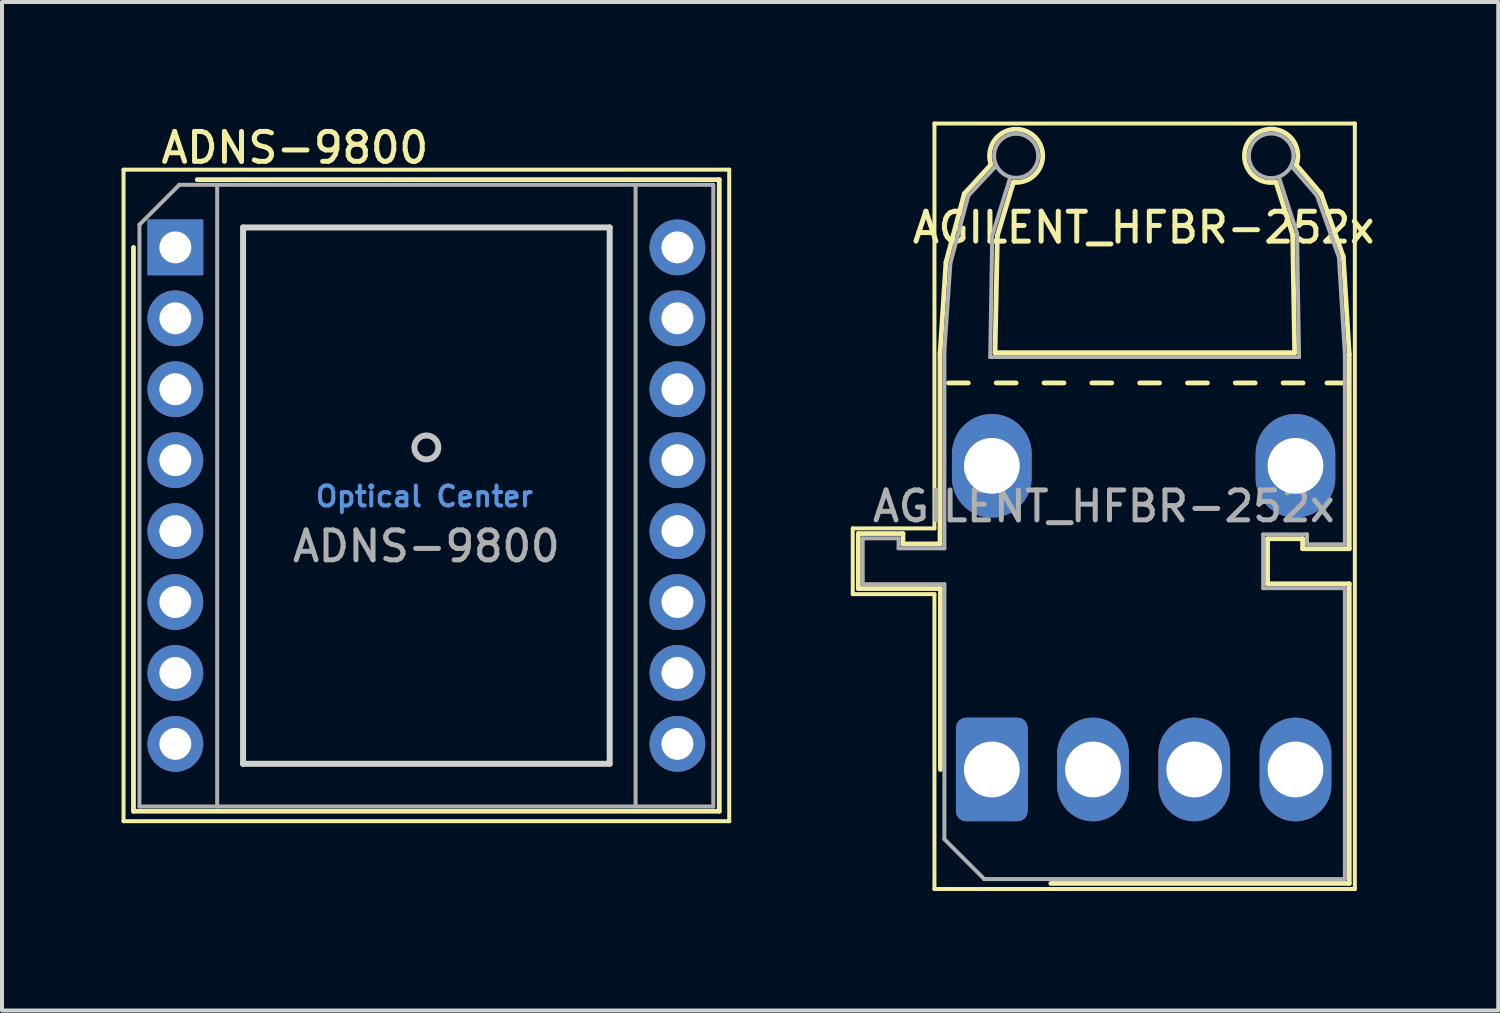
<source format=kicad_pcb>
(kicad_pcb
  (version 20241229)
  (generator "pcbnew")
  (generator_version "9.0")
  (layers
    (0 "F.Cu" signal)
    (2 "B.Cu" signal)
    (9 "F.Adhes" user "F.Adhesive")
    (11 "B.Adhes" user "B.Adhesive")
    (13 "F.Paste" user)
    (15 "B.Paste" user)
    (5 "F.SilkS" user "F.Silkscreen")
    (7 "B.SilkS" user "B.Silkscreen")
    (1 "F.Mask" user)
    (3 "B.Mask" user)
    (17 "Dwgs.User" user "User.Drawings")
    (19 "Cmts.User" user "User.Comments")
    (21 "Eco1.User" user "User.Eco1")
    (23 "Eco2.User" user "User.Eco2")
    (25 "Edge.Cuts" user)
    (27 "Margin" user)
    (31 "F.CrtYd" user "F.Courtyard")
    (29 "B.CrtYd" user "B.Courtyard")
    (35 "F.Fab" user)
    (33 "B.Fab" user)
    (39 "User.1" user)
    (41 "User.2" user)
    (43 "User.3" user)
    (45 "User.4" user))
  (footprint "ADNS-9800"
    (layer "F.Cu")
    (at 1.35 3.158)
    (property "Reference" "ADNS-9800" (at 3 -2.5 180) (layer "F.SilkS") (effects (font (size 0.75 0.75) (thickness 0.125))))
    (attr through_hole)
    (fp_line (start -1.3 -1.95) (end 13.9 -1.95) (stroke (width 0.1) (type solid)) (layer "F.SilkS"))
    (fp_line (start -1.3 14.4) (end -1.3 -1.95) (stroke (width 0.1) (type solid)) (layer "F.SilkS"))
    (fp_line (start -1.05 14.15) (end -1.05 0) (stroke (width 0.12) (type solid)) (layer "F.SilkS"))
    (fp_line (start 0.55 -1.7) (end 13.65 -1.7) (stroke (width 0.12) (type solid)) (layer "F.SilkS"))
    (fp_line (start 13.65 -1.7) (end 13.65 14.15) (stroke (width 0.12) (type solid)) (layer "F.SilkS"))
    (fp_line (start 13.65 14.15) (end -1.05 14.15) (stroke (width 0.12) (type solid)) (layer "F.SilkS"))
    (fp_line (start 13.9 -1.95) (end 13.9 14.4) (stroke (width 0.1) (type solid)) (layer "F.SilkS"))
    (fp_line (start 13.9 14.4) (end -1.3 14.4) (stroke (width 0.1) (type solid)) (layer "F.SilkS"))
    (fp_circle (center 6.3 5.02) (end 6 5) (stroke (width 0.15) (type solid)) (fill no) (layer "Dwgs.User"))
    (fp_line (start 1.7 -0.5) (end 10.9 -0.5) (stroke (width 0.15) (type solid)) (layer "Edge.Cuts"))
    (fp_line (start 1.7 12.96) (end 1.7 -0.5) (stroke (width 0.15) (type solid)) (layer "Edge.Cuts"))
    (fp_line (start 10.9 -0.5) (end 10.9 12.96) (stroke (width 0.15) (type solid)) (layer "Edge.Cuts"))
    (fp_line (start 10.9 12.96) (end 1.7 12.96) (stroke (width 0.15) (type solid)) (layer "Edge.Cuts"))
    (fp_line (start -0.9 14.03) (end -0.9 -0.57) (stroke (width 0.1) (type solid)) (layer "F.Fab"))
    (fp_line (start 0.1 -1.57) (end -0.9 -0.57) (stroke (width 0.1) (type solid)) (layer "F.Fab"))
    (fp_line (start 0.1 -1.57) (end 13.5 -1.57) (stroke (width 0.1) (type solid)) (layer "F.Fab"))
    (fp_line (start 1.05 -1.57) (end 1.05 14.03) (stroke (width 0.1) (type solid)) (layer "F.Fab"))
    (fp_line (start 11.55 -1.57) (end 11.55 14.03) (stroke (width 0.1) (type solid)) (layer "F.Fab"))
    (fp_line (start 13.5 -1.57) (end 13.5 14.03) (stroke (width 0.1) (type solid)) (layer "F.Fab"))
    (fp_line (start 13.5 14.03) (end -0.9 14.03) (stroke (width 0.1) (type solid)) (layer "F.Fab"))
    (fp_text user "Optical Center" (at 6.25 6.25 180) (layer "Cmts.User") (effects (font (size 0.5 0.5) (thickness 0.1))))
    (fp_text user "${REFERENCE}" (at 6.3 7.5 0) (layer "F.Fab") (effects (font (size 0.75 0.75) (thickness 0.125))))
    (pad "1" thru_hole rect (at 0 0) (size 1.4 1.4) (drill 0.8) (layers "*.Cu" "*.Mask"))
    (pad "2" thru_hole circle (at 0 1.78) (size 1.4 1.4) (drill 0.8) (layers "*.Cu" "*.Mask"))
    (pad "3" thru_hole circle (at 0 3.56) (size 1.4 1.4) (drill 0.8) (layers "*.Cu" "*.Mask"))
    (pad "4" thru_hole circle (at 0 5.34) (size 1.4 1.4) (drill 0.8) (layers "*.Cu" "*.Mask"))
    (pad "5" thru_hole circle (at 0 7.12) (size 1.4 1.4) (drill 0.8) (layers "*.Cu" "*.Mask"))
    (pad "6" thru_hole circle (at 0 8.9) (size 1.4 1.4) (drill 0.8) (layers "*.Cu" "*.Mask"))
    (pad "7" thru_hole circle (at 0 10.68) (size 1.4 1.4) (drill 0.8) (layers "*.Cu" "*.Mask"))
    (pad "8" thru_hole circle (at 0 12.46) (size 1.4 1.4) (drill 0.8) (layers "*.Cu" "*.Mask"))
    (pad "9" thru_hole circle (at 12.6 12.46) (size 1.4 1.4) (drill 0.8) (layers "*.Cu" "*.Mask"))
    (pad "10" thru_hole circle (at 12.6 10.68) (size 1.4 1.4) (drill 0.8) (layers "*.Cu" "*.Mask"))
    (pad "11" thru_hole circle (at 12.6 8.9) (size 1.4 1.4) (drill 0.8) (layers "*.Cu" "*.Mask"))
    (pad "12" thru_hole circle (at 12.6 7.12) (size 1.4 1.4) (drill 0.8) (layers "*.Cu" "*.Mask"))
    (pad "13" thru_hole circle (at 12.6 5.34) (size 1.4 1.4) (drill 0.8) (layers "*.Cu" "*.Mask"))
    (pad "14" thru_hole circle (at 12.6 3.56) (size 1.4 1.4) (drill 0.8) (layers "*.Cu" "*.Mask"))
    (pad "15" thru_hole circle (at 12.6 1.78) (size 1.4 1.4) (drill 0.8) (layers "*.Cu" "*.Mask"))
    (pad "16" thru_hole circle (at 12.6 0) (size 1.4 1.4) (drill 0.8) (layers "*.Cu" "*.Mask")))
  (footprint "AGILENT_HFBR-252x"
    (layer "F.Cu")
    (at 21.84 16.26)
    (property "Reference" "AGILENT_HFBR-252x" (at 3.81 -13.6 0) (layer "F.SilkS") (effects (font (size 0.75 0.75) (thickness 0.125))))
    (attr through_hole)
    (fp_line (start -3.49 -6.05) (end -3.49 -4.4) (stroke (width 0.1) (type solid)) (layer "F.SilkS"))
    (fp_line (start -3.49 -4.4) (end -1.44 -4.4) (stroke (width 0.1) (type solid)) (layer "F.SilkS"))
    (fp_line (start -3.35 -5.92) (end -2.23 -5.92) (stroke (width 0.12) (type solid)) (layer "F.SilkS"))
    (fp_line (start -3.35 -4.54) (end -3.35 -5.92) (stroke (width 0.12) (type solid)) (layer "F.SilkS"))
    (fp_line (start -2.23 -5.66) (end -2.23 -5.92) (stroke (width 0.12) (type solid)) (layer "F.SilkS"))
    (fp_line (start -2.23 -5.66) (end -1.3 -5.66) (stroke (width 0.12) (type solid)) (layer "F.SilkS"))
    (fp_line (start -1.44 -16.21) (end -1.44 -6.05) (stroke (width 0.1) (type solid)) (layer "F.SilkS"))
    (fp_line (start -1.44 -16.21) (end 9.11 -16.21) (stroke (width 0.1) (type solid)) (layer "F.SilkS"))
    (fp_line (start -1.44 -6.05) (end -3.49 -6.05) (stroke (width 0.1) (type solid)) (layer "F.SilkS"))
    (fp_line (start -1.44 -4.4) (end -1.44 3) (stroke (width 0.1) (type solid)) (layer "F.SilkS"))
    (fp_line (start -1.3 -10.43) (end -1.15 -12.74) (stroke (width 0.12) (type solid)) (layer "F.SilkS"))
    (fp_line (start -1.3 -5.66) (end -1.3 -10.43) (stroke (width 0.12) (type solid)) (layer "F.SilkS"))
    (fp_line (start -1.29 -4.54) (end -3.35 -4.54) (stroke (width 0.12) (type solid)) (layer "F.SilkS"))
    (fp_line (start -1.29 -4.54) (end -1.29 0.000043) (stroke (width 0.12) (type solid)) (layer "F.SilkS"))
    (fp_line (start -1.15 -12.73) (end -0.69 -14.45) (stroke (width 0.12) (type solid)) (layer "F.SilkS"))
    (fp_line (start -0.69 -14.45) (end -0.02 -15.18) (stroke (width 0.12) (type solid)) (layer "F.SilkS"))
    (fp_line (start -0.59 -9.7) (end -1.09 -9.7) (stroke (width 0.12) (type solid)) (layer "F.SilkS"))
    (fp_line (start 0.08 -10.46) (end 0.14 -13.4) (stroke (width 0.12) (type solid)) (layer "F.SilkS"))
    (fp_line (start 0.14 -13.4) (end 0.54 -14.73) (stroke (width 0.12) (type solid)) (layer "F.SilkS"))
    (fp_line (start 0.61 -9.7) (end 0.11 -9.7) (stroke (width 0.12) (type solid)) (layer "F.SilkS"))
    (fp_line (start 1.48 2.86) (end 8.97 2.86) (stroke (width 0.12) (type solid)) (layer "F.SilkS"))
    (fp_line (start 1.81 -9.7) (end 1.31 -9.7) (stroke (width 0.12) (type solid)) (layer "F.SilkS"))
    (fp_line (start 3.01 -9.7) (end 2.51 -9.7) (stroke (width 0.12) (type solid)) (layer "F.SilkS"))
    (fp_line (start 4.21 -9.7) (end 3.71 -9.7) (stroke (width 0.12) (type solid)) (layer "F.SilkS"))
    (fp_line (start 5.41 -9.7) (end 4.91 -9.7) (stroke (width 0.12) (type solid)) (layer "F.SilkS"))
    (fp_line (start 6.61 -9.7) (end 6.11 -9.7) (stroke (width 0.12) (type solid)) (layer "F.SilkS"))
    (fp_line (start 6.92 -5.79) (end 7.8 -5.79) (stroke (width 0.12) (type solid)) (layer "F.SilkS"))
    (fp_line (start 6.92 -4.66) (end 6.92 -5.79) (stroke (width 0.12) (type solid)) (layer "F.SilkS"))
    (fp_line (start 7.55 -13.42) (end 7.13 -14.74) (stroke (width 0.12) (type solid)) (layer "F.SilkS"))
    (fp_line (start 7.6 -10.46) (end 0.08 -10.46) (stroke (width 0.12) (type solid)) (layer "F.SilkS"))
    (fp_line (start 7.6 -10.46) (end 7.55 -13.42) (stroke (width 0.12) (type solid)) (layer "F.SilkS"))
    (fp_line (start 7.8 -5.54) (end 7.8 -5.79) (stroke (width 0.12) (type solid)) (layer "F.SilkS"))
    (fp_line (start 7.8 -5.54) (end 8.97 -5.54) (stroke (width 0.12) (type solid)) (layer "F.SilkS"))
    (fp_line (start 7.81 -9.7) (end 7.31 -9.7) (stroke (width 0.12) (type solid)) (layer "F.SilkS"))
    (fp_line (start 8.26 -14.45) (end 7.64 -15.17) (stroke (width 0.12) (type solid)) (layer "F.SilkS"))
    (fp_line (start 8.82 -12.87) (end 8.26 -14.45) (stroke (width 0.12) (type solid)) (layer "F.SilkS"))
    (fp_line (start 8.91 -9.7) (end 8.41 -9.7) (stroke (width 0.12) (type solid)) (layer "F.SilkS"))
    (fp_line (start 8.97 -10.42) (end 8.82 -12.87) (stroke (width 0.12) (type solid)) (layer "F.SilkS"))
    (fp_line (start 8.97 -5.54) (end 8.97 -10.42) (stroke (width 0.12) (type solid)) (layer "F.SilkS"))
    (fp_line (start 8.97 -4.66) (end 6.92 -4.66) (stroke (width 0.12) (type solid)) (layer "F.SilkS"))
    (fp_line (start 8.97 2.86) (end 8.97 -4.66) (stroke (width 0.12) (type solid)) (layer "F.SilkS"))
    (fp_line (start 9.11 3) (end -1.44 3) (stroke (width 0.1) (type solid)) (layer "F.SilkS"))
    (fp_line (start 9.11 3) (end 9.11 -16.21) (stroke (width 0.1) (type solid)) (layer "F.SilkS"))
    (fp_arc (start -0.02 -15.18) (mid 1.024518 -15.922948) (end 0.53962 -14.736414) (stroke (width 0.12) (type solid)) (layer "F.SilkS"))
    (fp_arc (start 7.129973 -14.740147) (mid 6.577787 -15.912827) (end 7.64 -15.17) (stroke (width 0.12) (type solid)) (layer "F.SilkS"))
    (fp_line (start -3.24 -5.8) (end -3.24 -4.65) (stroke (width 0.1) (type solid)) (layer "F.Fab"))
    (fp_line (start -3.24 -4.65) (end -1.19 -4.65) (stroke (width 0.1) (type solid)) (layer "F.Fab"))
    (fp_line (start -2.34 -5.8) (end -3.24 -5.8) (stroke (width 0.1) (type solid)) (layer "F.Fab"))
    (fp_line (start -2.34 -5.55) (end -2.34 -5.8) (stroke (width 0.1) (type solid)) (layer "F.Fab"))
    (fp_line (start -1.19 -10.5) (end -1.19 -5.55) (stroke (width 0.1) (type solid)) (layer "F.Fab"))
    (fp_line (start -1.19 -5.55) (end -2.34 -5.55) (stroke (width 0.1) (type solid)) (layer "F.Fab"))
    (fp_line (start -1.19 -4.65) (end -1.19 1.75) (stroke (width 0.1) (type solid)) (layer "F.Fab"))
    (fp_line (start -1.04 -12.7) (end -1.19 -10.5) (stroke (width 0.1) (type solid)) (layer "F.Fab"))
    (fp_line (start -0.59 -14.4) (end -1.04 -12.7) (stroke (width 0.1) (type solid)) (layer "F.Fab"))
    (fp_line (start -0.19 2.75) (end -1.19 1.75) (stroke (width 0.1) (type solid)) (layer "F.Fab"))
    (fp_line (start -0.19 2.75) (end 8.86 2.75) (stroke (width 0.1) (type solid)) (layer "F.Fab"))
    (fp_line (start -0.04 -10.35) (end 0.01 -13.4) (stroke (width 0.1) (type solid)) (layer "F.Fab"))
    (fp_line (start 0.01 -13.4) (end 0.46 -14.85) (stroke (width 0.1) (type solid)) (layer "F.Fab"))
    (fp_line (start 0.11 -15.15) (end -0.59 -14.4) (stroke (width 0.1) (type solid)) (layer "F.Fab"))
    (fp_line (start 6.81 -5.9) (end 7.91 -5.9) (stroke (width 0.1) (type solid)) (layer "F.Fab"))
    (fp_line (start 6.81 -4.55) (end 6.81 -5.9) (stroke (width 0.1) (type solid)) (layer "F.Fab"))
    (fp_line (start 7.21 -14.85) (end 7.66 -13.45) (stroke (width 0.1) (type solid)) (layer "F.Fab"))
    (fp_line (start 7.66 -13.45) (end 7.71 -10.35) (stroke (width 0.1) (type solid)) (layer "F.Fab"))
    (fp_line (start 7.71 -10.35) (end -0.04 -10.35) (stroke (width 0.1) (type solid)) (layer "F.Fab"))
    (fp_line (start 7.91 -5.9) (end 7.91 -5.65) (stroke (width 0.1) (type solid)) (layer "F.Fab"))
    (fp_line (start 7.91 -5.65) (end 8.86 -5.65) (stroke (width 0.1) (type solid)) (layer "F.Fab"))
    (fp_line (start 8.16 -14.4) (end 7.51 -15.15) (stroke (width 0.1) (type solid)) (layer "F.Fab"))
    (fp_line (start 8.71 -12.85) (end 8.16 -14.4) (stroke (width 0.1) (type solid)) (layer "F.Fab"))
    (fp_line (start 8.86 -10.4) (end 8.71 -12.85) (stroke (width 0.1) (type solid)) (layer "F.Fab"))
    (fp_line (start 8.86 -5.65) (end 8.86 -10.4) (stroke (width 0.1) (type solid)) (layer "F.Fab"))
    (fp_line (start 8.86 -4.55) (end 6.81 -4.55) (stroke (width 0.1) (type solid)) (layer "F.Fab"))
    (fp_line (start 8.86 2.75) (end 8.86 -4.55) (stroke (width 0.1) (type solid)) (layer "F.Fab"))
    (fp_circle (center 0.61 -15.4) (end 0.66 -14.85) (stroke (width 0.1) (type solid)) (fill no) (layer "F.Fab"))
    (fp_circle (center 7.01 -15.4) (end 7.51 -15.15) (stroke (width 0.1) (type solid)) (fill no) (layer "F.Fab"))
    (fp_text user "${REFERENCE}" (at 2.81 -6.605 0) (layer "F.Fab") (effects (font (size 0.75 0.75) (thickness 0.125))))
    (pad "1" thru_hole roundrect (at 0 0) (size 1.8 2.6) (drill 1.4) (layers "*.Cu" "*.Mask") (roundrect_rratio 0.139))
    (pad "2" thru_hole oval (at 2.54 0) (size 1.8 2.6) (drill 1.4) (layers "*.Cu" "*.Mask"))
    (pad "3" thru_hole oval (at 5.08 0) (size 1.8 2.6) (drill 1.4) (layers "*.Cu" "*.Mask"))
    (pad "4" thru_hole oval (at 7.62 0) (size 1.8 2.6) (drill 1.4) (layers "*.Cu" "*.Mask"))
    (pad "5" thru_hole oval (at 7.62 -7.62) (size 2 2.6) (drill 1.4) (layers "*.Cu" "*.Mask"))
    (pad "6" thru_hole oval (at 0 -7.62) (size 2 2.6) (drill 1.4) (layers "*.Cu" "*.Mask")))
  (gr_rect
    (start -3 -3)
    (end 34.548 22.31)
    (stroke (width 0.1) (type default))
    (fill no)
    (layer "Edge.Cuts")))
</source>
